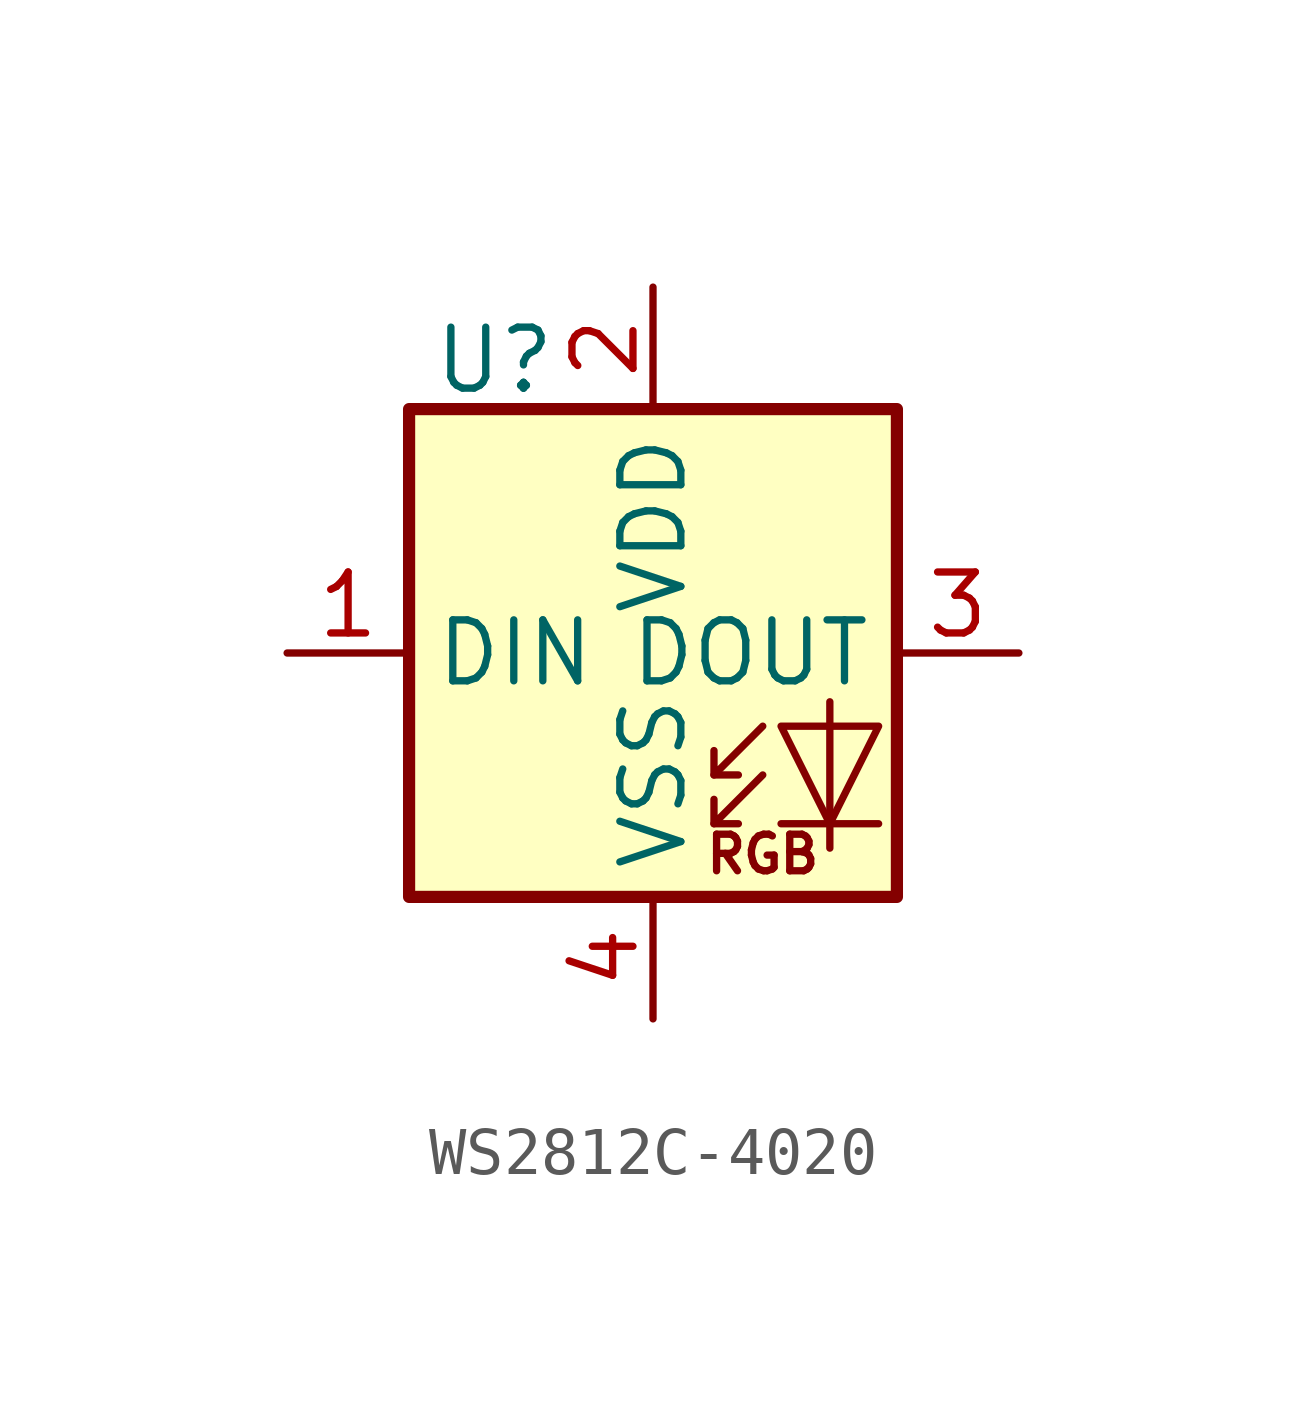
<source format=kicad_sym>
(kicad_symbol_lib
  (version 20231120)
  (generator "kicad_symbol_editor")
  (generator_version "8.0")
  (symbol "WS2812C-4020"
    (property "Reference" "U"
      (at -3.302 6.096 0)
      (effects (font (size 1.27 1.27))))
    (property "Value" ""
      (at 0 0 0)
      (effects (font (size 1.27 1.27))))
    (symbol "WS2812C-4020_0_0"
      (text "RGB" (at 2.286 -4.191 0) (effects (font (size 0.762 0.762)))))
    (symbol "WS2812C-4020_0_1"
      (polyline (pts (xy 1.27 -3.556) (xy 1.778 -3.556)) (stroke (width 0) (type default)) (fill (type none)))
      (polyline (pts (xy 1.27 -2.54) (xy 1.778 -2.54)) (stroke (width 0) (type default)) (fill (type none)))
      (polyline (pts (xy 4.699 -3.556) (xy 2.667 -3.556)) (stroke (width 0) (type default)) (fill (type none)))
      (polyline (pts (xy 2.286 -2.54) (xy 1.27 -3.556) (xy 1.27 -3.048)) (stroke (width 0) (type default)) (fill (type none)))
      (polyline (pts (xy 2.286 -1.524) (xy 1.27 -2.54) (xy 1.27 -2.032)) (stroke (width 0) (type default)) (fill (type none)))
      (polyline (pts (xy 3.683 -1.016) (xy 3.683 -3.556) (xy 3.683 -4.064)) (stroke (width 0) (type default)) (fill (type none)))
      (polyline (pts (xy 4.699 -1.524) (xy 2.667 -1.524) (xy 3.683 -3.556) (xy 4.699 -1.524)) (stroke (width 0) (type default)) (fill (type none)))
      (rectangle (start 5.08 5.08) (end -5.08 -5.08) (stroke (width 0.254) (type default)) (fill (type background))))
    (symbol "WS2812C-4020_1_1"
      (pin input line (at -7.62 0 0) (length 2.54) (name "DIN" (effects (font (size 1.27 1.27)))) (number "1" (effects (font (size 1.27 1.27)))))
      (pin power_in line (at 0 7.62 270) (length 2.54) (name "VDD" (effects (font (size 1.27 1.27)))) (number "2" (effects (font (size 1.27 1.27)))))
      (pin output line (at 7.62 0 180) (length 2.54) (name "DOUT" (effects (font (size 1.27 1.27)))) (number "3" (effects (font (size 1.27 1.27)))))
      (pin power_in line (at 0 -7.62 90) (length 2.54) (name "VSS" (effects (font (size 1.27 1.27)))) (number "4" (effects (font (size 1.27 1.27))))))))
</source>
